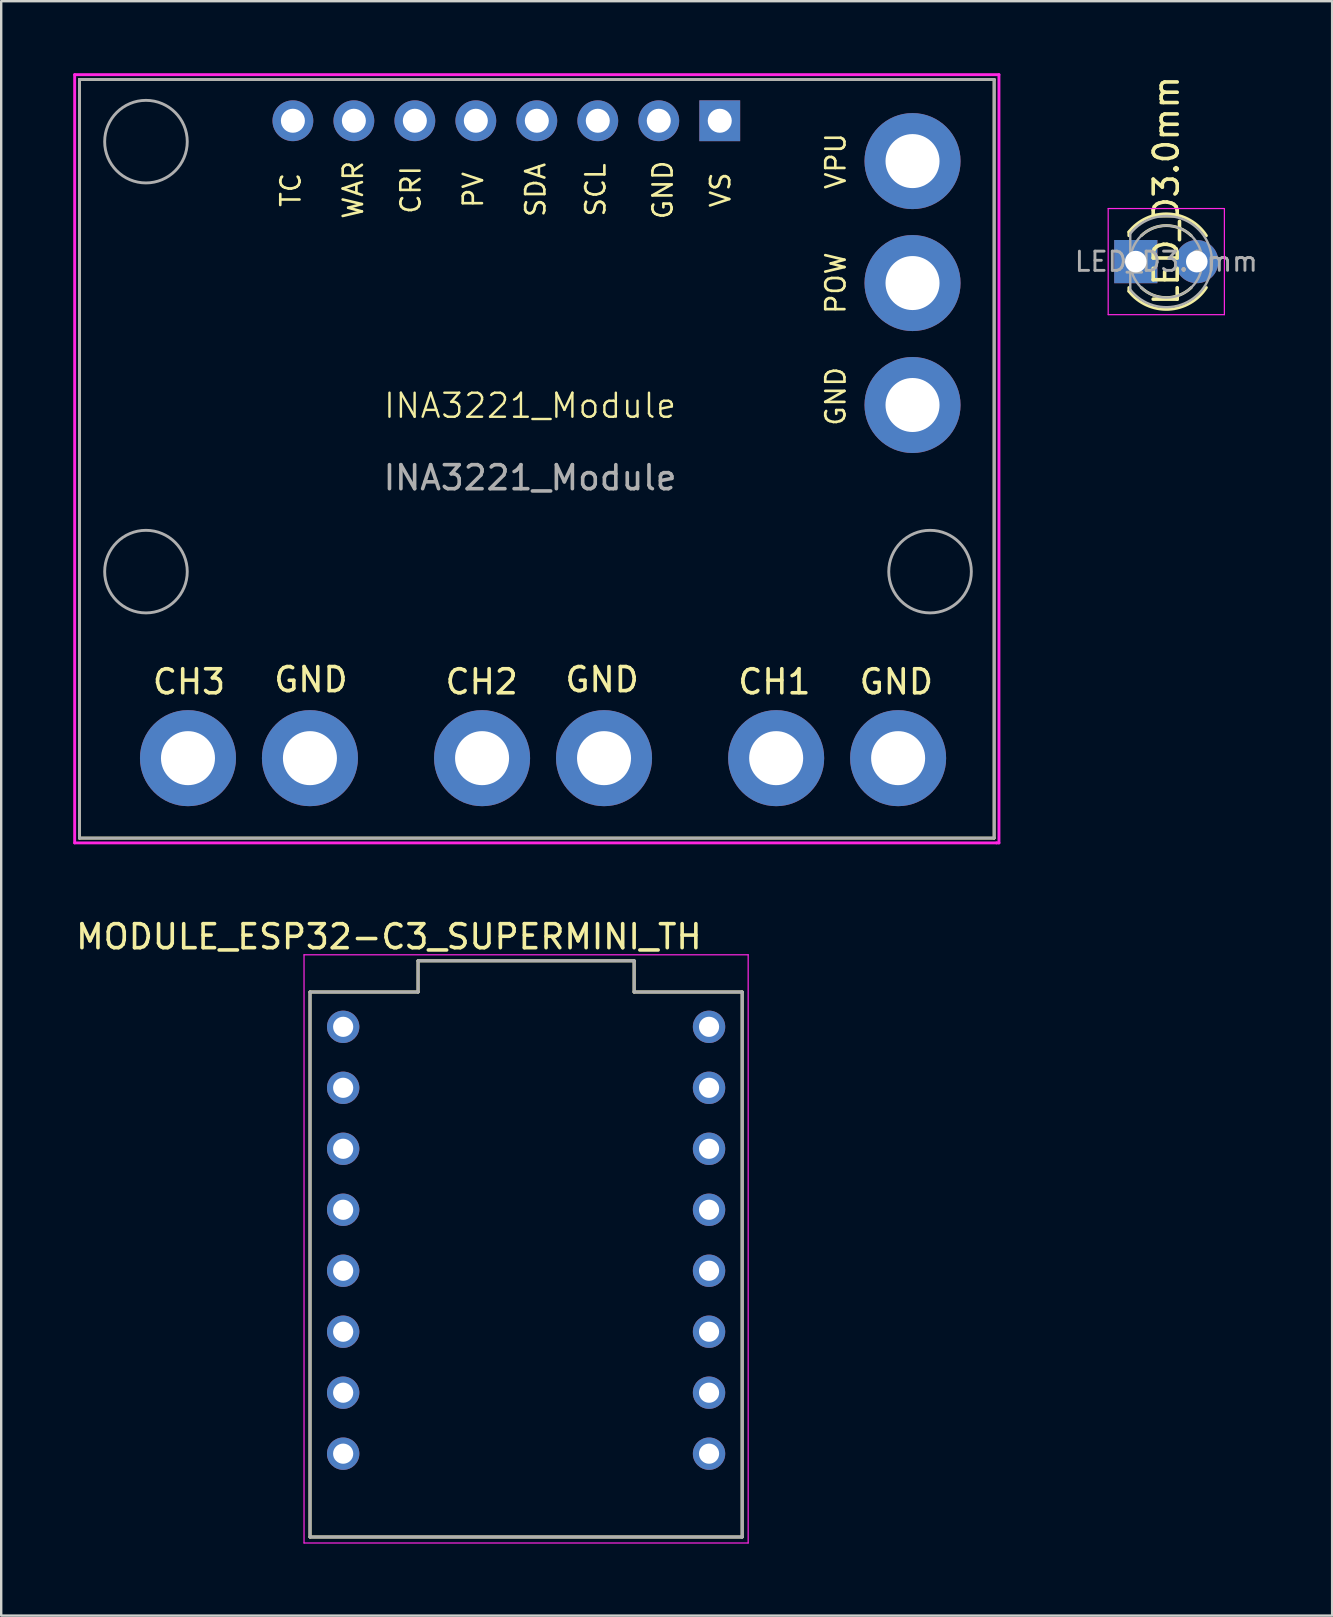
<source format=kicad_pcb>
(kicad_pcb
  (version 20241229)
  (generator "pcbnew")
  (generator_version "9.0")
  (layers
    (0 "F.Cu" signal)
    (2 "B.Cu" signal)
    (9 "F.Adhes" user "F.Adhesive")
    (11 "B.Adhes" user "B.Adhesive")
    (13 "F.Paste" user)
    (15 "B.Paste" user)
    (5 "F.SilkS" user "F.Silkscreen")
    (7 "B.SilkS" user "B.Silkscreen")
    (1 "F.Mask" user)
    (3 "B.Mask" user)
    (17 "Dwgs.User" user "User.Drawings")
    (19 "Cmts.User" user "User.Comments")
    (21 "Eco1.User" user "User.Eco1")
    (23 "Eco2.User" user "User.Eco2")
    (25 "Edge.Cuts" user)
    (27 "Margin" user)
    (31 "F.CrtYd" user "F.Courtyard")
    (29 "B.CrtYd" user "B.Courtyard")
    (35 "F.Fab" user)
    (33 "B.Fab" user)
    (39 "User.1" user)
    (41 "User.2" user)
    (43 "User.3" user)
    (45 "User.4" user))
  (footprint "INA3221_Module"
    (layer "F.Cu")
    (at 18.03 15.35)
    (property "Reference" "INA3221_Module" (at 1 -1.5 0) (unlocked yes) (layer "F.SilkS") (effects (font (size 1 1) (thickness 0.1))))
    (attr through_hole)
    (fp_line (start -17.77 -15.09) (end 20.33 -15.09) (stroke (width 0.12) (type solid)) (layer "F.SilkS"))
    (fp_line (start -17.77 16.51) (end -17.77 -15.09) (stroke (width 0.12) (type solid)) (layer "F.SilkS"))
    (fp_line (start 20.33 -15.09) (end 20.33 16.51) (stroke (width 0.12) (type solid)) (layer "F.SilkS"))
    (fp_line (start 20.33 16.51) (end -17.77 16.51) (stroke (width 0.12) (type solid)) (layer "F.SilkS"))
    (fp_line (start -17.97 -15.29) (end 20.53 -15.29) (stroke (width 0.12) (type solid)) (layer "F.CrtYd"))
    (fp_line (start -17.97 16.71) (end -17.97 -15.29) (stroke (width 0.12) (type solid)) (layer "F.CrtYd"))
    (fp_line (start 20.43 16.71) (end -17.97 16.71) (stroke (width 0.12) (type solid)) (layer "F.CrtYd"))
    (fp_line (start 20.53 -15.29) (end 20.53 16.71) (stroke (width 0.12) (type solid)) (layer "F.CrtYd"))
    (fp_line (start 20.53 16.71) (end 20.43 16.71) (stroke (width 0.12) (type solid)) (layer "F.CrtYd"))
    (fp_line (start -17.77 -15.09) (end 20.33 -15.09) (stroke (width 0.12) (type solid)) (layer "F.Fab"))
    (fp_line (start -17.77 16.51) (end -17.77 -15.09) (stroke (width 0.12) (type solid)) (layer "F.Fab"))
    (fp_line (start 20.33 -15.09) (end 20.33 16.51) (stroke (width 0.12) (type solid)) (layer "F.Fab"))
    (fp_line (start 20.33 16.51) (end -17.77 16.51) (stroke (width 0.12) (type solid)) (layer "F.Fab"))
    (fp_circle (center -15 -12.5) (end -13.28 -12.5) (stroke (width 0.12) (type solid)) (fill no) (layer "F.Fab"))
    (fp_circle (center -15 5.41) (end -13.28 5.41) (stroke (width 0.12) (type solid)) (fill no) (layer "F.Fab"))
    (fp_circle (center 17.66 5.41) (end 19.38 5.41) (stroke (width 0.12) (type solid)) (fill no) (layer "F.Fab"))
    (fp_text user "SCL" (at 3.73 -10.49 90) (layer "F.SilkS") (effects (font (size 0.8 0.8) (thickness 0.11))))
    (fp_text user "CH2" (at -1.016 10 180) (layer "F.SilkS") (effects (font (size 1 1) (thickness 0.15))))
    (fp_text user "GND" (at -8.128 9.91 180) (layer "F.SilkS") (effects (font (size 1 1) (thickness 0.15))))
    (fp_text user "PV" (at -1.37 -10.49 90) (layer "F.SilkS") (effects (font (size 0.8 0.8) (thickness 0.11))))
    (fp_text user "VPU" (at 13.73 -11.69 90) (layer "F.SilkS") (effects (font (size 0.8 0.8) (thickness 0.11))))
    (fp_text user "POW" (at 13.73 -6.61 90) (layer "F.SilkS") (effects (font (size 0.8 0.8) (thickness 0.11))))
    (fp_text user "GND" (at 4 9.91 180) (layer "F.SilkS") (effects (font (size 1 1) (thickness 0.15))))
    (fp_text user "TC" (at -8.97 -10.49 90) (layer "F.SilkS") (effects (font (size 0.8 0.8) (thickness 0.11))))
    (fp_text user "WAR" (at -6.37 -10.49 90) (layer "F.SilkS") (effects (font (size 0.8 0.8) (thickness 0.11))))
    (fp_text user "VS" (at 8.93 -10.49 90) (layer "F.SilkS") (effects (font (size 0.8 0.8) (thickness 0.11))))
    (fp_text user "GND" (at 6.53 -10.49 90) (layer "F.SilkS") (effects (font (size 0.8 0.8) (thickness 0.11))))
    (fp_text user "GND" (at 16.256 10 180) (layer "F.SilkS") (effects (font (size 1 1) (thickness 0.15))))
    (fp_text user "CRI" (at -3.97 -10.49 90) (layer "F.SilkS") (effects (font (size 0.8 0.8) (thickness 0.11))))
    (fp_text user "GND" (at 13.73 -1.89 90) (layer "F.SilkS") (effects (font (size 0.8 0.8) (thickness 0.11))))
    (fp_text user "CH1" (at 11.176 10 180) (layer "F.SilkS") (effects (font (size 1 1) (thickness 0.15))))
    (fp_text user "SDA" (at 1.23 -10.49 90) (layer "F.SilkS") (effects (font (size 0.8 0.8) (thickness 0.11))))
    (fp_text user "CH3" (at -13.208 10 180) (layer "F.SilkS") (effects (font (size 1 1) (thickness 0.15))))
    (fp_text user "${REFERENCE}" (at 1 1.5 0) (unlocked yes) (layer "F.Fab") (effects (font (size 1 1) (thickness 0.15))))
    (pad "1" thru_hole rect (at 8.9 -13.37 180) (size 1.7 1.7) (drill 1) (layers "*.Cu" "*.Mask"))
    (pad "2" thru_hole circle (at 6.36 -13.37 180) (size 1.7 1.7) (drill 1) (layers "*.Cu" "*.Mask"))
    (pad "2" thru_hole circle (at 16.93 -1.53 180) (size 4 4) (drill 2.25) (layers "*.Cu" "*.Mask"))
    (pad "3" thru_hole circle (at 3.82 -13.37 180) (size 1.7 1.7) (drill 1) (layers "*.Cu" "*.Mask"))
    (pad "4" thru_hole circle (at 1.28 -13.37 180) (size 1.7 1.7) (drill 1) (layers "*.Cu" "*.Mask"))
    (pad "5" thru_hole circle (at -1.26 -13.37 180) (size 1.7 1.7) (drill 1) (layers "*.Cu" "*.Mask"))
    (pad "6" thru_hole circle (at -3.8 -13.37 180) (size 1.7 1.7) (drill 1) (layers "*.Cu" "*.Mask"))
    (pad "7" thru_hole circle (at -6.34 -13.37 180) (size 1.7 1.7) (drill 1) (layers "*.Cu" "*.Mask"))
    (pad "8" thru_hole circle (at -8.88 -13.37 180) (size 1.7 1.7) (drill 1) (layers "*.Cu" "*.Mask"))
    (pad "9" thru_hole circle (at 11.25 13.18 180) (size 4 4) (drill 2.25) (layers "*.Cu" "*.Mask"))
    (pad "10" thru_hole circle (at 16.33 13.18 180) (size 4 4) (drill 2.25) (layers "*.Cu" "*.Mask"))
    (pad "11" thru_hole circle (at -1 13.18 180) (size 4 4) (drill 2.25) (layers "*.Cu" "*.Mask"))
    (pad "12" thru_hole circle (at 4.08 13.18 180) (size 4 4) (drill 2.25) (layers "*.Cu" "*.Mask"))
    (pad "13" thru_hole circle (at -13.25 13.18 180) (size 4 4) (drill 2.25) (layers "*.Cu" "*.Mask"))
    (pad "14" thru_hole circle (at -8.17 13.18 180) (size 4 4) (drill 2.25) (layers "*.Cu" "*.Mask"))
    (pad "15" thru_hole circle (at 16.93 -6.61 180) (size 4 4) (drill 2.25) (layers "*.Cu" "*.Mask"))
    (pad "16" thru_hole circle (at 16.93 -11.69 180) (size 4 4) (drill 2.25) (layers "*.Cu" "*.Mask")))
  (footprint "LED_D3.0mm"
    (layer "F.Cu")
    (at 44.26 7.847)
    (property "Reference" "LED_D3.0mm" (at 1.27 -2.96 90) (layer "F.SilkS") (effects (font (size 1 1) (thickness 0.15))))
    (attr through_hole)
    (fp_line (start -0.29 -1.236) (end -0.29 -1.08) (stroke (width 0.12) (type solid)) (layer "F.SilkS"))
    (fp_line (start -0.29 1.08) (end -0.29 1.236) (stroke (width 0.12) (type solid)) (layer "F.SilkS"))
    (fp_arc (start -0.29 -1.235516) (mid 1.36566 -1.987699) (end 2.941437 -1.08) (stroke (width 0.12) (type solid)) (layer "F.SilkS"))
    (fp_arc (start 0.229039 -1.08) (mid 1.27 -1.5) (end 2.310961 -1.08) (stroke (width 0.12) (type solid)) (layer "F.SilkS"))
    (fp_arc (start 2.310961 1.08) (mid 1.27 1.5) (end 0.229039 1.08) (stroke (width 0.12) (type solid)) (layer "F.SilkS"))
    (fp_arc (start 2.941437 1.08) (mid 1.36566 1.987699) (end -0.29 1.235516) (stroke (width 0.12) (type solid)) (layer "F.SilkS"))
    (fp_line (start -1.15 -2.21) (end -1.15 2.21) (stroke (width 0.05) (type solid)) (layer "F.CrtYd"))
    (fp_line (start -1.15 2.21) (end 3.69 2.21) (stroke (width 0.05) (type solid)) (layer "F.CrtYd"))
    (fp_line (start 3.69 -2.21) (end -1.15 -2.21) (stroke (width 0.05) (type solid)) (layer "F.CrtYd"))
    (fp_line (start 3.69 2.21) (end 3.69 -2.21) (stroke (width 0.05) (type solid)) (layer "F.CrtYd"))
    (fp_line (start -0.23 -1.166) (end -0.23 1.166) (stroke (width 0.1) (type solid)) (layer "F.Fab"))
    (fp_arc (start -0.23 -1.16619) (mid 3.17 0) (end -0.23 1.16619) (stroke (width 0.1) (type solid)) (layer "F.Fab"))
    (fp_circle (center 1.27 0) (end 2.77 0) (stroke (width 0.1) (type solid)) (fill no) (layer "F.Fab"))
    (fp_text user "${REFERENCE}" (at 1.27 0 0) (layer "F.Fab") (effects (font (size 0.8 0.8) (thickness 0.12))))
    (pad "1" thru_hole rect (at 0 0) (size 1.8 1.8) (drill 0.9) (layers "*.Cu" "*.Mask"))
    (pad "2" thru_hole circle (at 2.54 0) (size 1.8 1.8) (drill 0.9) (layers "*.Cu" "*.Mask")))
  (footprint "MODULE_ESP32-C3_SUPERMINI_TH"
    (layer "F.Cu")
    (at 18.864 49.621)
    (property "Reference" "MODULE_ESP32-C3_SUPERMINI_TH" (at -5.715 -13.652 180) (layer "F.SilkS") (effects (font (size 1 1) (thickness 0.15))))
    (attr through_hole)
    (fp_line (start -9 11.35) (end -9 -11.35) (stroke (width 0.127) (type solid)) (layer "F.SilkS"))
    (fp_line (start -4.5 -12.65) (end -4.5 -11.35) (stroke (width 0.127) (type solid)) (layer "F.SilkS"))
    (fp_line (start -4.5 -11.35) (end -9 -11.35) (stroke (width 0.127) (type solid)) (layer "F.SilkS"))
    (fp_line (start 4.5 -12.65) (end -4.5 -12.65) (stroke (width 0.127) (type solid)) (layer "F.SilkS"))
    (fp_line (start 4.5 -12.65) (end 4.5 -11.35) (stroke (width 0.127) (type solid)) (layer "F.SilkS"))
    (fp_line (start 9 -11.35) (end 4.5 -11.35) (stroke (width 0.127) (type solid)) (layer "F.SilkS"))
    (fp_line (start 9 11.35) (end -9 11.35) (stroke (width 0.127) (type solid)) (layer "F.SilkS"))
    (fp_line (start 9 11.35) (end 9 -11.35) (stroke (width 0.127) (type solid)) (layer "F.SilkS"))
    (fp_line (start -9.25 -12.9) (end 9.25 -12.9) (stroke (width 0.05) (type solid)) (layer "F.CrtYd"))
    (fp_line (start -9.25 11.6) (end -9.25 -12.9) (stroke (width 0.05) (type solid)) (layer "F.CrtYd"))
    (fp_line (start 9.25 -12.9) (end 9.25 11.6) (stroke (width 0.05) (type solid)) (layer "F.CrtYd"))
    (fp_line (start 9.25 11.6) (end -9.25 11.6) (stroke (width 0.05) (type solid)) (layer "F.CrtYd"))
    (fp_line (start -9 11.35) (end -9 -11.35) (stroke (width 0.127) (type solid)) (layer "F.Fab"))
    (fp_line (start -4.5 -12.65) (end -4.5 -11.35) (stroke (width 0.127) (type solid)) (layer "F.Fab"))
    (fp_line (start -4.5 -11.35) (end -9 -11.35) (stroke (width 0.127) (type solid)) (layer "F.Fab"))
    (fp_line (start 4.5 -12.65) (end -4.5 -12.65) (stroke (width 0.127) (type solid)) (layer "F.Fab"))
    (fp_line (start 4.5 -12.65) (end 4.5 -11.35) (stroke (width 0.127) (type solid)) (layer "F.Fab"))
    (fp_line (start 9 -11.35) (end 4.5 -11.35) (stroke (width 0.127) (type solid)) (layer "F.Fab"))
    (fp_line (start 9 11.35) (end -9 11.35) (stroke (width 0.127) (type solid)) (layer "F.Fab"))
    (fp_line (start 9 11.35) (end 9 -11.35) (stroke (width 0.127) (type solid)) (layer "F.Fab"))
    (pad "0" thru_hole circle (at 7.62 7.88) (size 1.348 1.348) (drill 0.84) (layers "*.Cu" "*.Mask"))
    (pad "1" thru_hole circle (at 7.62 5.34) (size 1.348 1.348) (drill 0.84) (layers "*.Cu" "*.Mask"))
    (pad "2" thru_hole circle (at 7.62 2.8) (size 1.348 1.348) (drill 0.84) (layers "*.Cu" "*.Mask"))
    (pad "3" thru_hole circle (at 7.62 0.26) (size 1.348 1.348) (drill 0.84) (layers "*.Cu" "*.Mask"))
    (pad "3.3" thru_hole circle (at 7.62 -4.82) (size 1.348 1.348) (drill 0.84) (layers "*.Cu" "*.Mask"))
    (pad "4" thru_hole circle (at 7.62 -2.28) (size 1.348 1.348) (drill 0.84) (layers "*.Cu" "*.Mask"))
    (pad "5" thru_hole circle (at -7.62 -9.9) (size 1.348 1.348) (drill 0.84) (layers "*.Cu" "*.Mask"))
    (pad "5V" thru_hole circle (at 7.62 -9.9) (size 1.348 1.348) (drill 0.84) (layers "*.Cu" "*.Mask"))
    (pad "6" thru_hole circle (at -7.62 -7.36) (size 1.348 1.348) (drill 0.84) (layers "*.Cu" "*.Mask"))
    (pad "7" thru_hole circle (at -7.62 -4.82) (size 1.348 1.348) (drill 0.84) (layers "*.Cu" "*.Mask"))
    (pad "8" thru_hole circle (at -7.62 -2.28) (size 1.348 1.348) (drill 0.84) (layers "*.Cu" "*.Mask"))
    (pad "9" thru_hole circle (at -7.62 0.26) (size 1.348 1.348) (drill 0.84) (layers "*.Cu" "*.Mask"))
    (pad "10" thru_hole circle (at -7.62 2.8) (size 1.348 1.348) (drill 0.84) (layers "*.Cu" "*.Mask"))
    (pad "20" thru_hole circle (at -7.62 5.34) (size 1.348 1.348) (drill 0.84) (layers "*.Cu" "*.Mask"))
    (pad "21" thru_hole circle (at -7.62 7.88) (size 1.348 1.348) (drill 0.84) (layers "*.Cu" "*.Mask"))
    (pad "G" thru_hole circle (at 7.62 -7.36) (size 1.348 1.348) (drill 0.84) (layers "*.Cu" "*.Mask")))
  (gr_rect
    (start -3 -3)
    (end 52.439 64.246)
    (stroke (width 0.1) (type default))
    (fill no)
    (layer "Edge.Cuts")))
</source>
